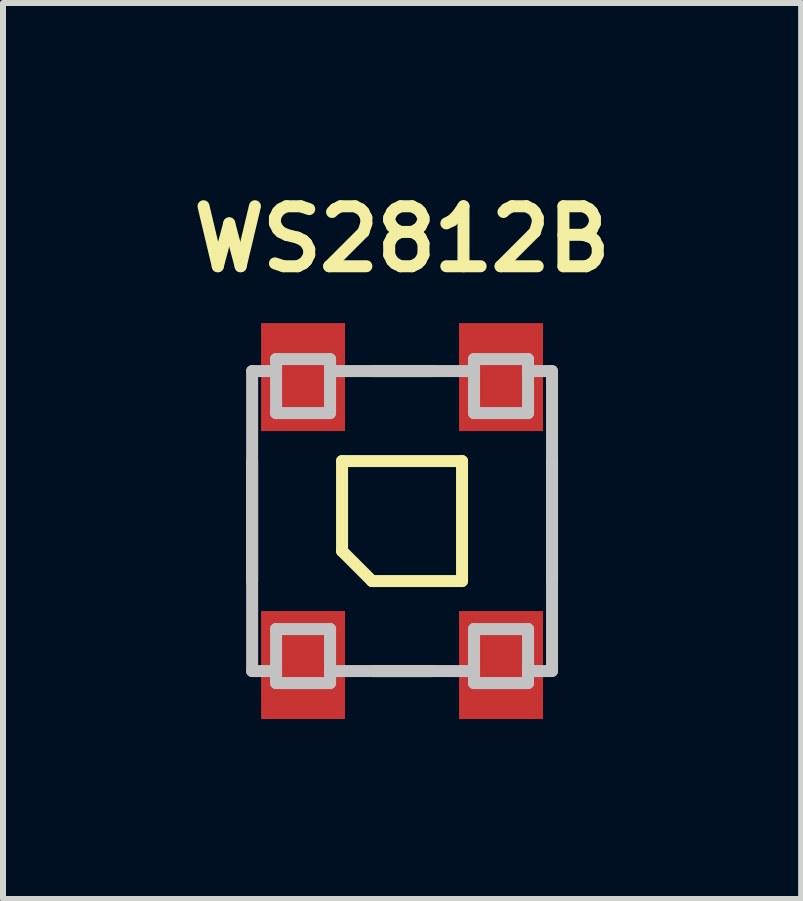
<source format=kicad_pcb>
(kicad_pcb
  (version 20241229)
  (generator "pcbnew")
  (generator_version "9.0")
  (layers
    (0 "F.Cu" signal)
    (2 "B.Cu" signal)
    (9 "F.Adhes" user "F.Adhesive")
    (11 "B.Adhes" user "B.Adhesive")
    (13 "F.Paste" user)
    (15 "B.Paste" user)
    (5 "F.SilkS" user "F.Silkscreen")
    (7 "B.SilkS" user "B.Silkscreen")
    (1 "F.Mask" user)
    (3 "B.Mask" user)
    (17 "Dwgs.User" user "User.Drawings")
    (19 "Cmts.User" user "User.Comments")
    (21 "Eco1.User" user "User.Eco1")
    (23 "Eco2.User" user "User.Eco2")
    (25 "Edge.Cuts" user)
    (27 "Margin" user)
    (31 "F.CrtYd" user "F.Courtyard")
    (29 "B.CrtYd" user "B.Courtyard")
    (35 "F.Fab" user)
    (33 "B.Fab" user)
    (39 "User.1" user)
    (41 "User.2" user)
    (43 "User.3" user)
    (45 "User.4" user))
  (footprint "WS2812B"
    (layer "F.Cu")
    (at 3.652 5.636)
    (property "Reference" "WS2812B" (at 0 -4.7 0) (layer "F.SilkS") (effects (font (size 1 1) (thickness 0.2))))
    (attr through_hole)
    (fp_line (start -2.5 -1) (end -2.5 1) (stroke (width 0.2) (type solid)) (layer "F.SilkS"))
    (fp_line (start -1 -1) (end 1 -1) (stroke (width 0.2) (type solid)) (layer "F.SilkS"))
    (fp_line (start -1 0.5) (end -1 -1) (stroke (width 0.2) (type solid)) (layer "F.SilkS"))
    (fp_line (start -0.5 -2.5) (end 0.5 -2.5) (stroke (width 0.2) (type solid)) (layer "F.SilkS"))
    (fp_line (start -0.5 1) (end -1 0.5) (stroke (width 0.2) (type solid)) (layer "F.SilkS"))
    (fp_line (start -0.5 2.5) (end 0.5 2.5) (stroke (width 0.2) (type solid)) (layer "F.SilkS"))
    (fp_line (start 1 -1) (end 1 1) (stroke (width 0.2) (type solid)) (layer "F.SilkS"))
    (fp_line (start 1 1) (end -0.5 1) (stroke (width 0.2) (type solid)) (layer "F.SilkS"))
    (fp_line (start 2.5 -1) (end 2.5 1) (stroke (width 0.2) (type solid)) (layer "F.SilkS"))
    (fp_line (start -2.5 -2.5) (end -2.1 -2.5) (stroke (width 0.2) (type solid)) (layer "Dwgs.User"))
    (fp_line (start -2.5 2.5) (end -2.1 2.5) (stroke (width 0.2) (type solid)) (layer "Dwgs.User"))
    (fp_line (start -2.499 2.499) (end -2.499 -2.499) (stroke (width 0.2) (type solid)) (layer "Dwgs.User"))
    (fp_line (start -2.1 -2.7) (end -1.2 -2.7) (stroke (width 0.2) (type solid)) (layer "Dwgs.User"))
    (fp_line (start -2.1 -1.8) (end -2.1 -2.7) (stroke (width 0.2) (type solid)) (layer "Dwgs.User"))
    (fp_line (start -2.1 1.8) (end -1.2 1.8) (stroke (width 0.2) (type solid)) (layer "Dwgs.User"))
    (fp_line (start -2.1 2.7) (end -2.1 1.8) (stroke (width 0.2) (type solid)) (layer "Dwgs.User"))
    (fp_line (start -1.2 -2.7) (end -1.2 -1.8) (stroke (width 0.2) (type solid)) (layer "Dwgs.User"))
    (fp_line (start -1.2 -2.5) (end 1.2 -2.5) (stroke (width 0.2) (type solid)) (layer "Dwgs.User"))
    (fp_line (start -1.2 -1.8) (end -2.1 -1.8) (stroke (width 0.2) (type solid)) (layer "Dwgs.User"))
    (fp_line (start -1.2 1.8) (end -1.2 2.7) (stroke (width 0.2) (type solid)) (layer "Dwgs.User"))
    (fp_line (start -1.2 2.5) (end 1.2 2.5) (stroke (width 0.2) (type solid)) (layer "Dwgs.User"))
    (fp_line (start -1.2 2.7) (end -2.1 2.7) (stroke (width 0.2) (type solid)) (layer "Dwgs.User"))
    (fp_line (start 1.2 -2.7) (end 1.2 -1.8) (stroke (width 0.2) (type solid)) (layer "Dwgs.User"))
    (fp_line (start 1.2 -1.8) (end 2.1 -1.8) (stroke (width 0.2) (type solid)) (layer "Dwgs.User"))
    (fp_line (start 1.2 1.8) (end 2.1 1.8) (stroke (width 0.2) (type solid)) (layer "Dwgs.User"))
    (fp_line (start 1.2 2.7) (end 1.2 1.8) (stroke (width 0.2) (type solid)) (layer "Dwgs.User"))
    (fp_line (start 2.1 -2.7) (end 1.2 -2.7) (stroke (width 0.2) (type solid)) (layer "Dwgs.User"))
    (fp_line (start 2.1 -2.5) (end 2.5 -2.5) (stroke (width 0.2) (type solid)) (layer "Dwgs.User"))
    (fp_line (start 2.1 -1.8) (end 2.1 -2.7) (stroke (width 0.2) (type solid)) (layer "Dwgs.User"))
    (fp_line (start 2.1 1.8) (end 2.1 2.7) (stroke (width 0.2) (type solid)) (layer "Dwgs.User"))
    (fp_line (start 2.1 2.5) (end 2.5 2.5) (stroke (width 0.2) (type solid)) (layer "Dwgs.User"))
    (fp_line (start 2.1 2.7) (end 1.2 2.7) (stroke (width 0.2) (type solid)) (layer "Dwgs.User"))
    (fp_line (start 2.5 -2.5) (end 2.5 2.5) (stroke (width 0.2) (type solid)) (layer "Dwgs.User"))
    (pad "1" smd rect (at 1.65 -2.4) (size 1.4 1.8) (layers "F.Cu" "F.Mask" "F.Paste"))
    (pad "2" smd rect (at -1.65 -2.4) (size 1.4 1.8) (layers "F.Cu" "F.Mask" "F.Paste"))
    (pad "3" smd rect (at -1.65 2.4) (size 1.4 1.8) (layers "F.Cu" "F.Mask" "F.Paste"))
    (pad "4" smd rect (at 1.65 2.4) (size 1.4 1.8) (layers "F.Cu" "F.Mask" "F.Paste")))
  (gr_rect
    (start -3 -3)
    (end 10.305 11.936)
    (stroke (width 0.1) (type default))
    (fill no)
    (layer "Edge.Cuts")))
</source>
